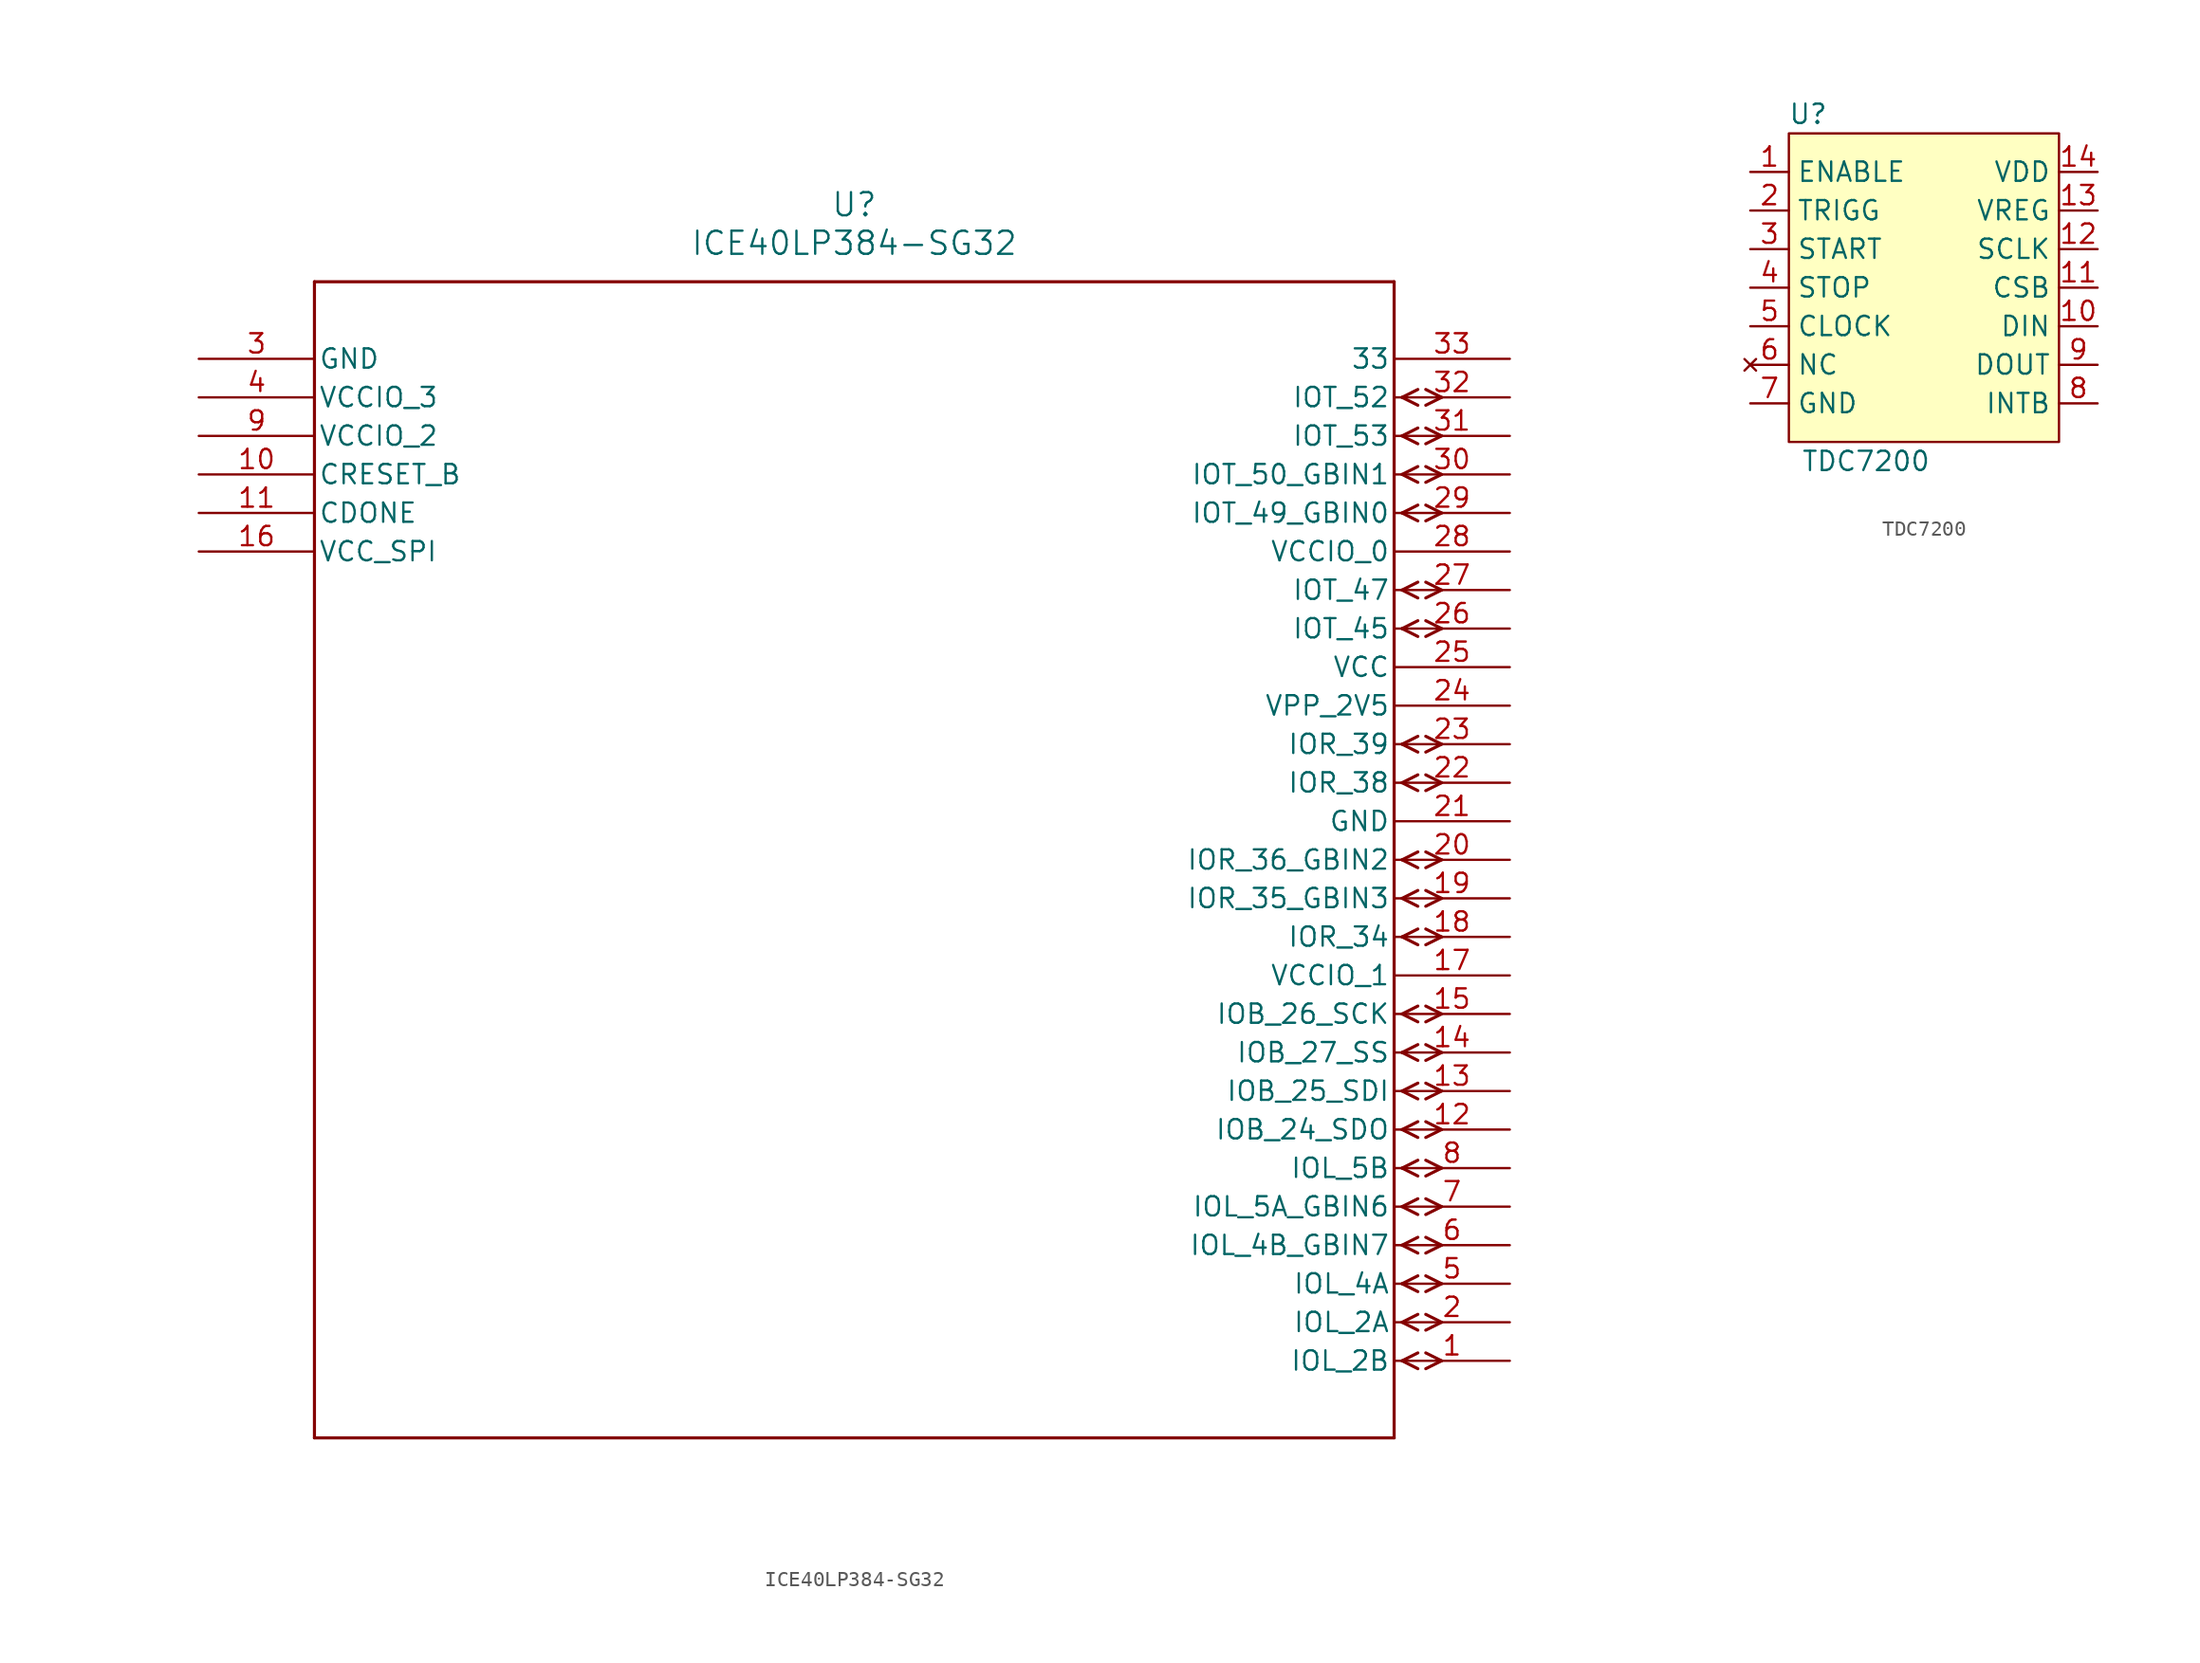
<source format=kicad_sym>
(kicad_symbol_lib
  (version 20220914)
  (generator kicad_symbol_editor)
  (symbol "ICE40LP384-SG32"
    (pin_names
      (offset 0.254))
    (property "Reference" "U"
      (at 43.18 10.16 0)
      (effects (font (size 1.524 1.524))))
    (property "Value" "ICE40LP384-SG32"
      (at 43.18 7.62 0)
      (effects (font (size 1.524 1.524))))
    (property "ki_locked" ""
      (at 0 0 0)
      (effects (font (size 1.27 1.27))))
    (symbol "ICE40LP384-SG32_0_1"
      (polyline (pts (xy 7.62 -71.12) (xy 78.74 -71.12)) (stroke (width 0.203) (type default)) (fill (type none)))
      (polyline (pts (xy 7.62 5.08) (xy 7.62 -71.12)) (stroke (width 0.203) (type default)) (fill (type none)))
      (polyline (pts (xy 78.74 -71.12) (xy 78.74 5.08)) (stroke (width 0.203) (type default)) (fill (type none)))
      (polyline (pts (xy 78.74 5.08) (xy 7.62 5.08)) (stroke (width 0.203) (type default)) (fill (type none)))
      (polyline (pts (xy 79.261 -66.04) (xy 80.302 -66.561)) (stroke (width 0.203) (type default)) (fill (type none)))
      (polyline (pts (xy 79.261 -66.04) (xy 80.302 -65.519)) (stroke (width 0.203) (type default)) (fill (type none)))
      (polyline (pts (xy 79.261 -63.5) (xy 80.302 -64.021)) (stroke (width 0.203) (type default)) (fill (type none)))
      (polyline (pts (xy 79.261 -63.5) (xy 80.302 -62.979)) (stroke (width 0.203) (type default)) (fill (type none)))
      (polyline (pts (xy 79.261 -60.96) (xy 80.302 -61.481)) (stroke (width 0.203) (type default)) (fill (type none)))
      (polyline (pts (xy 79.261 -60.96) (xy 80.302 -60.439)) (stroke (width 0.203) (type default)) (fill (type none)))
      (polyline (pts (xy 79.261 -58.42) (xy 80.302 -58.941)) (stroke (width 0.203) (type default)) (fill (type none)))
      (polyline (pts (xy 79.261 -58.42) (xy 80.302 -57.899)) (stroke (width 0.203) (type default)) (fill (type none)))
      (polyline (pts (xy 79.261 -55.88) (xy 80.302 -56.401)) (stroke (width 0.203) (type default)) (fill (type none)))
      (polyline (pts (xy 79.261 -55.88) (xy 80.302 -55.359)) (stroke (width 0.203) (type default)) (fill (type none)))
      (polyline (pts (xy 79.261 -53.34) (xy 80.302 -53.861)) (stroke (width 0.203) (type default)) (fill (type none)))
      (polyline (pts (xy 79.261 -53.34) (xy 80.302 -52.819)) (stroke (width 0.203) (type default)) (fill (type none)))
      (polyline (pts (xy 79.261 -50.8) (xy 80.302 -51.321)) (stroke (width 0.203) (type default)) (fill (type none)))
      (polyline (pts (xy 79.261 -50.8) (xy 80.302 -50.279)) (stroke (width 0.203) (type default)) (fill (type none)))
      (polyline (pts (xy 79.261 -48.26) (xy 80.302 -48.781)) (stroke (width 0.203) (type default)) (fill (type none)))
      (polyline (pts (xy 79.261 -48.26) (xy 80.302 -47.739)) (stroke (width 0.203) (type default)) (fill (type none)))
      (polyline (pts (xy 79.261 -45.72) (xy 80.302 -46.241)) (stroke (width 0.203) (type default)) (fill (type none)))
      (polyline (pts (xy 79.261 -45.72) (xy 80.302 -45.199)) (stroke (width 0.203) (type default)) (fill (type none)))
      (polyline (pts (xy 79.261 -43.18) (xy 80.302 -43.701)) (stroke (width 0.203) (type default)) (fill (type none)))
      (polyline (pts (xy 79.261 -43.18) (xy 80.302 -42.659)) (stroke (width 0.203) (type default)) (fill (type none)))
      (polyline (pts (xy 79.261 -38.1) (xy 80.302 -38.621)) (stroke (width 0.203) (type default)) (fill (type none)))
      (polyline (pts (xy 79.261 -38.1) (xy 80.302 -37.579)) (stroke (width 0.203) (type default)) (fill (type none)))
      (polyline (pts (xy 79.261 -35.56) (xy 80.302 -36.081)) (stroke (width 0.203) (type default)) (fill (type none)))
      (polyline (pts (xy 79.261 -35.56) (xy 80.302 -35.039)) (stroke (width 0.203) (type default)) (fill (type none)))
      (polyline (pts (xy 79.261 -33.02) (xy 80.302 -33.541)) (stroke (width 0.203) (type default)) (fill (type none)))
      (polyline (pts (xy 79.261 -33.02) (xy 80.302 -32.499)) (stroke (width 0.203) (type default)) (fill (type none)))
      (polyline (pts (xy 79.261 -27.94) (xy 80.302 -28.461)) (stroke (width 0.203) (type default)) (fill (type none)))
      (polyline (pts (xy 79.261 -27.94) (xy 80.302 -27.419)) (stroke (width 0.203) (type default)) (fill (type none)))
      (polyline (pts (xy 79.261 -25.4) (xy 80.302 -25.921)) (stroke (width 0.203) (type default)) (fill (type none)))
      (polyline (pts (xy 79.261 -25.4) (xy 80.302 -24.879)) (stroke (width 0.203) (type default)) (fill (type none)))
      (polyline (pts (xy 79.261 -17.78) (xy 80.302 -18.301)) (stroke (width 0.203) (type default)) (fill (type none)))
      (polyline (pts (xy 79.261 -17.78) (xy 80.302 -17.259)) (stroke (width 0.203) (type default)) (fill (type none)))
      (polyline (pts (xy 79.261 -15.24) (xy 80.302 -15.761)) (stroke (width 0.203) (type default)) (fill (type none)))
      (polyline (pts (xy 79.261 -15.24) (xy 80.302 -14.719)) (stroke (width 0.203) (type default)) (fill (type none)))
      (polyline (pts (xy 79.261 -10.16) (xy 80.302 -10.681)) (stroke (width 0.203) (type default)) (fill (type none)))
      (polyline (pts (xy 79.261 -10.16) (xy 80.302 -9.639)) (stroke (width 0.203) (type default)) (fill (type none)))
      (polyline (pts (xy 79.261 -7.62) (xy 80.302 -8.141)) (stroke (width 0.203) (type default)) (fill (type none)))
      (polyline (pts (xy 79.261 -7.62) (xy 80.302 -7.099)) (stroke (width 0.203) (type default)) (fill (type none)))
      (polyline (pts (xy 79.261 -5.08) (xy 80.302 -5.601)) (stroke (width 0.203) (type default)) (fill (type none)))
      (polyline (pts (xy 79.261 -5.08) (xy 80.302 -4.559)) (stroke (width 0.203) (type default)) (fill (type none)))
      (polyline (pts (xy 79.261 -2.54) (xy 80.302 -3.061)) (stroke (width 0.203) (type default)) (fill (type none)))
      (polyline (pts (xy 79.261 -2.54) (xy 80.302 -2.019)) (stroke (width 0.203) (type default)) (fill (type none)))
      (polyline (pts (xy 80.823 -66.561) (xy 81.864 -66.04)) (stroke (width 0.203) (type default)) (fill (type none)))
      (polyline (pts (xy 80.823 -65.519) (xy 81.864 -66.04)) (stroke (width 0.203) (type default)) (fill (type none)))
      (polyline (pts (xy 80.823 -64.021) (xy 81.864 -63.5)) (stroke (width 0.203) (type default)) (fill (type none)))
      (polyline (pts (xy 80.823 -62.979) (xy 81.864 -63.5)) (stroke (width 0.203) (type default)) (fill (type none)))
      (polyline (pts (xy 80.823 -61.481) (xy 81.864 -60.96)) (stroke (width 0.203) (type default)) (fill (type none)))
      (polyline (pts (xy 80.823 -60.439) (xy 81.864 -60.96)) (stroke (width 0.203) (type default)) (fill (type none)))
      (polyline (pts (xy 80.823 -58.941) (xy 81.864 -58.42)) (stroke (width 0.203) (type default)) (fill (type none)))
      (polyline (pts (xy 80.823 -57.899) (xy 81.864 -58.42)) (stroke (width 0.203) (type default)) (fill (type none)))
      (polyline (pts (xy 80.823 -56.401) (xy 81.864 -55.88)) (stroke (width 0.203) (type default)) (fill (type none)))
      (polyline (pts (xy 80.823 -55.359) (xy 81.864 -55.88)) (stroke (width 0.203) (type default)) (fill (type none)))
      (polyline (pts (xy 80.823 -53.861) (xy 81.864 -53.34)) (stroke (width 0.203) (type default)) (fill (type none)))
      (polyline (pts (xy 80.823 -52.819) (xy 81.864 -53.34)) (stroke (width 0.203) (type default)) (fill (type none)))
      (polyline (pts (xy 80.823 -51.321) (xy 81.864 -50.8)) (stroke (width 0.203) (type default)) (fill (type none)))
      (polyline (pts (xy 80.823 -50.279) (xy 81.864 -50.8)) (stroke (width 0.203) (type default)) (fill (type none)))
      (polyline (pts (xy 80.823 -48.781) (xy 81.864 -48.26)) (stroke (width 0.203) (type default)) (fill (type none)))
      (polyline (pts (xy 80.823 -47.739) (xy 81.864 -48.26)) (stroke (width 0.203) (type default)) (fill (type none)))
      (polyline (pts (xy 80.823 -46.241) (xy 81.864 -45.72)) (stroke (width 0.203) (type default)) (fill (type none)))
      (polyline (pts (xy 80.823 -45.199) (xy 81.864 -45.72)) (stroke (width 0.203) (type default)) (fill (type none)))
      (polyline (pts (xy 80.823 -43.701) (xy 81.864 -43.18)) (stroke (width 0.203) (type default)) (fill (type none)))
      (polyline (pts (xy 80.823 -42.659) (xy 81.864 -43.18)) (stroke (width 0.203) (type default)) (fill (type none)))
      (polyline (pts (xy 80.823 -38.621) (xy 81.864 -38.1)) (stroke (width 0.203) (type default)) (fill (type none)))
      (polyline (pts (xy 80.823 -37.579) (xy 81.864 -38.1)) (stroke (width 0.203) (type default)) (fill (type none)))
      (polyline (pts (xy 80.823 -36.081) (xy 81.864 -35.56)) (stroke (width 0.203) (type default)) (fill (type none)))
      (polyline (pts (xy 80.823 -35.039) (xy 81.864 -35.56)) (stroke (width 0.203) (type default)) (fill (type none)))
      (polyline (pts (xy 80.823 -33.541) (xy 81.864 -33.02)) (stroke (width 0.203) (type default)) (fill (type none)))
      (polyline (pts (xy 80.823 -32.499) (xy 81.864 -33.02)) (stroke (width 0.203) (type default)) (fill (type none)))
      (polyline (pts (xy 80.823 -28.461) (xy 81.864 -27.94)) (stroke (width 0.203) (type default)) (fill (type none)))
      (polyline (pts (xy 80.823 -27.419) (xy 81.864 -27.94)) (stroke (width 0.203) (type default)) (fill (type none)))
      (polyline (pts (xy 80.823 -25.921) (xy 81.864 -25.4)) (stroke (width 0.203) (type default)) (fill (type none)))
      (polyline (pts (xy 80.823 -24.879) (xy 81.864 -25.4)) (stroke (width 0.203) (type default)) (fill (type none)))
      (polyline (pts (xy 80.823 -18.301) (xy 81.864 -17.78)) (stroke (width 0.203) (type default)) (fill (type none)))
      (polyline (pts (xy 80.823 -17.259) (xy 81.864 -17.78)) (stroke (width 0.203) (type default)) (fill (type none)))
      (polyline (pts (xy 80.823 -15.761) (xy 81.864 -15.24)) (stroke (width 0.203) (type default)) (fill (type none)))
      (polyline (pts (xy 80.823 -14.719) (xy 81.864 -15.24)) (stroke (width 0.203) (type default)) (fill (type none)))
      (polyline (pts (xy 80.823 -10.681) (xy 81.864 -10.16)) (stroke (width 0.203) (type default)) (fill (type none)))
      (polyline (pts (xy 80.823 -9.639) (xy 81.864 -10.16)) (stroke (width 0.203) (type default)) (fill (type none)))
      (polyline (pts (xy 80.823 -8.141) (xy 81.864 -7.62)) (stroke (width 0.203) (type default)) (fill (type none)))
      (polyline (pts (xy 80.823 -7.099) (xy 81.864 -7.62)) (stroke (width 0.203) (type default)) (fill (type none)))
      (polyline (pts (xy 80.823 -5.601) (xy 81.864 -5.08)) (stroke (width 0.203) (type default)) (fill (type none)))
      (polyline (pts (xy 80.823 -4.559) (xy 81.864 -5.08)) (stroke (width 0.203) (type default)) (fill (type none)))
      (polyline (pts (xy 80.823 -3.061) (xy 81.864 -2.54)) (stroke (width 0.203) (type default)) (fill (type none)))
      (polyline (pts (xy 80.823 -2.019) (xy 81.864 -2.54)) (stroke (width 0.203) (type default)) (fill (type none)))
      (pin bidirectional line (at 86.36 -66.04 180) (length 7.62) (name "IOL_2B" (effects (font (size 1.27 1.27)))) (number "1" (effects (font (size 1.27 1.27)))))
      (pin bidirectional line (at 86.36 -50.8 180) (length 7.62) (name "IOB_24_SDO" (effects (font (size 1.27 1.27)))) (number "12" (effects (font (size 1.27 1.27)))))
      (pin bidirectional line (at 86.36 -48.26 180) (length 7.62) (name "IOB_25_SDI" (effects (font (size 1.27 1.27)))) (number "13" (effects (font (size 1.27 1.27)))))
      (pin bidirectional line (at 86.36 -45.72 180) (length 7.62) (name "IOB_27_SS" (effects (font (size 1.27 1.27)))) (number "14" (effects (font (size 1.27 1.27)))))
      (pin bidirectional line (at 86.36 -43.18 180) (length 7.62) (name "IOB_26_SCK" (effects (font (size 1.27 1.27)))) (number "15" (effects (font (size 1.27 1.27)))))
      (pin power_in line (at 0 -12.7 0) (length 7.62) (name "VCC_SPI" (effects (font (size 1.27 1.27)))) (number "16" (effects (font (size 1.27 1.27)))))
      (pin power_in line (at 86.36 -40.64 180) (length 7.62) (name "VCCIO_1" (effects (font (size 1.27 1.27)))) (number "17" (effects (font (size 1.27 1.27)))))
      (pin bidirectional line (at 86.36 -38.1 180) (length 7.62) (name "IOR_34" (effects (font (size 1.27 1.27)))) (number "18" (effects (font (size 1.27 1.27)))))
      (pin bidirectional line (at 86.36 -35.56 180) (length 7.62) (name "IOR_35_GBIN3" (effects (font (size 1.27 1.27)))) (number "19" (effects (font (size 1.27 1.27)))))
      (pin bidirectional line (at 86.36 -63.5 180) (length 7.62) (name "IOL_2A" (effects (font (size 1.27 1.27)))) (number "2" (effects (font (size 1.27 1.27)))))
      (pin bidirectional line (at 86.36 -33.02 180) (length 7.62) (name "IOR_36_GBIN2" (effects (font (size 1.27 1.27)))) (number "20" (effects (font (size 1.27 1.27)))))
      (pin power_in line (at 86.36 -30.48 180) (length 7.62) (name "GND" (effects (font (size 1.27 1.27)))) (number "21" (effects (font (size 1.27 1.27)))))
      (pin bidirectional line (at 86.36 -27.94 180) (length 7.62) (name "IOR_38" (effects (font (size 1.27 1.27)))) (number "22" (effects (font (size 1.27 1.27)))))
      (pin bidirectional line (at 86.36 -25.4 180) (length 7.62) (name "IOR_39" (effects (font (size 1.27 1.27)))) (number "23" (effects (font (size 1.27 1.27)))))
      (pin power_in line (at 86.36 -22.86 180) (length 7.62) (name "VPP_2V5" (effects (font (size 1.27 1.27)))) (number "24" (effects (font (size 1.27 1.27)))))
      (pin power_in line (at 86.36 -20.32 180) (length 7.62) (name "VCC" (effects (font (size 1.27 1.27)))) (number "25" (effects (font (size 1.27 1.27)))))
      (pin bidirectional line (at 86.36 -17.78 180) (length 7.62) (name "IOT_45" (effects (font (size 1.27 1.27)))) (number "26" (effects (font (size 1.27 1.27)))))
      (pin bidirectional line (at 86.36 -15.24 180) (length 7.62) (name "IOT_47" (effects (font (size 1.27 1.27)))) (number "27" (effects (font (size 1.27 1.27)))))
      (pin power_in line (at 86.36 -12.7 180) (length 7.62) (name "VCCIO_0" (effects (font (size 1.27 1.27)))) (number "28" (effects (font (size 1.27 1.27)))))
      (pin bidirectional line (at 86.36 -10.16 180) (length 7.62) (name "IOT_49_GBIN0" (effects (font (size 1.27 1.27)))) (number "29" (effects (font (size 1.27 1.27)))))
      (pin power_in line (at 0 0 0) (length 7.62) (name "GND" (effects (font (size 1.27 1.27)))) (number "3" (effects (font (size 1.27 1.27)))))
      (pin bidirectional line (at 86.36 -7.62 180) (length 7.62) (name "IOT_50_GBIN1" (effects (font (size 1.27 1.27)))) (number "30" (effects (font (size 1.27 1.27)))))
      (pin bidirectional line (at 86.36 -5.08 180) (length 7.62) (name "IOT_53" (effects (font (size 1.27 1.27)))) (number "31" (effects (font (size 1.27 1.27)))))
      (pin bidirectional line (at 86.36 -2.54 180) (length 7.62) (name "IOT_52" (effects (font (size 1.27 1.27)))) (number "32" (effects (font (size 1.27 1.27)))))
      (pin unspecified line (at 86.36 0 180) (length 7.62) (name "33" (effects (font (size 1.27 1.27)))) (number "33" (effects (font (size 1.27 1.27)))))
      (pin power_in line (at 0 -2.54 0) (length 7.62) (name "VCCIO_3" (effects (font (size 1.27 1.27)))) (number "4" (effects (font (size 1.27 1.27)))))
      (pin bidirectional line (at 86.36 -60.96 180) (length 7.62) (name "IOL_4A" (effects (font (size 1.27 1.27)))) (number "5" (effects (font (size 1.27 1.27)))))
      (pin bidirectional line (at 86.36 -58.42 180) (length 7.62) (name "IOL_4B_GBIN7" (effects (font (size 1.27 1.27)))) (number "6" (effects (font (size 1.27 1.27)))))
      (pin bidirectional line (at 86.36 -55.88 180) (length 7.62) (name "IOL_5A_GBIN6" (effects (font (size 1.27 1.27)))) (number "7" (effects (font (size 1.27 1.27)))))
      (pin bidirectional line (at 86.36 -53.34 180) (length 7.62) (name "IOL_5B" (effects (font (size 1.27 1.27)))) (number "8" (effects (font (size 1.27 1.27)))))
      (pin power_in line (at 0 -5.08 0) (length 7.62) (name "VCCIO_2" (effects (font (size 1.27 1.27)))) (number "9" (effects (font (size 1.27 1.27))))))
    (symbol "ICE40LP384-SG32_1_1"
      (pin input line (at 0 -7.62 0) (length 7.62) (name "CRESET_B" (effects (font (size 1.27 1.27)))) (number "10" (effects (font (size 1.27 1.27)))))
      (pin output line (at 0 -10.16 0) (length 7.62) (name "CDONE" (effects (font (size 1.27 1.27)))) (number "11" (effects (font (size 1.27 1.27)))))))
  (symbol "TDC7200"
    (property "Reference" "U"
      (at -7.62 11.43 0)
      (effects (font (size 1.27 1.27))))
    (property "Value" "TDC7200"
      (at -3.81 -11.43 0)
      (effects (font (size 1.27 1.27))))
    (symbol "TDC7200_1_1"
      (rectangle (start -8.89 10.16) (end 8.89 -10.16) (stroke (width 0) (type default)) (fill (type background)))
      (pin input line (at -11.43 7.62 0) (length 2.54) (name "ENABLE" (effects (font (size 1.27 1.27)))) (number "1" (effects (font (size 1.27 1.27)))))
      (pin input line (at 11.43 -2.54 180) (length 2.54) (name "DIN" (effects (font (size 1.27 1.27)))) (number "10" (effects (font (size 1.27 1.27)))))
      (pin input line (at 11.43 0 180) (length 2.54) (name "CSB" (effects (font (size 1.27 1.27)))) (number "11" (effects (font (size 1.27 1.27)))))
      (pin input line (at 11.43 2.54 180) (length 2.54) (name "SCLK" (effects (font (size 1.27 1.27)))) (number "12" (effects (font (size 1.27 1.27)))))
      (pin power_out line (at 11.43 5.08 180) (length 2.54) (name "VREG" (effects (font (size 1.27 1.27)))) (number "13" (effects (font (size 1.27 1.27)))))
      (pin power_in line (at 11.43 7.62 180) (length 2.54) (name "VDD" (effects (font (size 1.27 1.27)))) (number "14" (effects (font (size 1.27 1.27)))))
      (pin output line (at -11.43 5.08 0) (length 2.54) (name "TRIGG" (effects (font (size 1.27 1.27)))) (number "2" (effects (font (size 1.27 1.27)))))
      (pin input line (at -11.43 2.54 0) (length 2.54) (name "START" (effects (font (size 1.27 1.27)))) (number "3" (effects (font (size 1.27 1.27)))))
      (pin input line (at -11.43 0 0) (length 2.54) (name "STOP" (effects (font (size 1.27 1.27)))) (number "4" (effects (font (size 1.27 1.27)))))
      (pin input line (at -11.43 -2.54 0) (length 2.54) (name "CLOCK" (effects (font (size 1.27 1.27)))) (number "5" (effects (font (size 1.27 1.27)))))
      (pin no_connect line (at -11.43 -5.08 0) (length 2.54) (name "NC" (effects (font (size 1.27 1.27)))) (number "6" (effects (font (size 1.27 1.27)))))
      (pin power_in line (at -11.43 -7.62 0) (length 2.54) (name "GND" (effects (font (size 1.27 1.27)))) (number "7" (effects (font (size 1.27 1.27)))))
      (pin output line (at 11.43 -7.62 180) (length 2.54) (name "INTB" (effects (font (size 1.27 1.27)))) (number "8" (effects (font (size 1.27 1.27)))))
      (pin output line (at 11.43 -5.08 180) (length 2.54) (name "DOUT" (effects (font (size 1.27 1.27)))) (number "9" (effects (font (size 1.27 1.27))))))))
</source>
